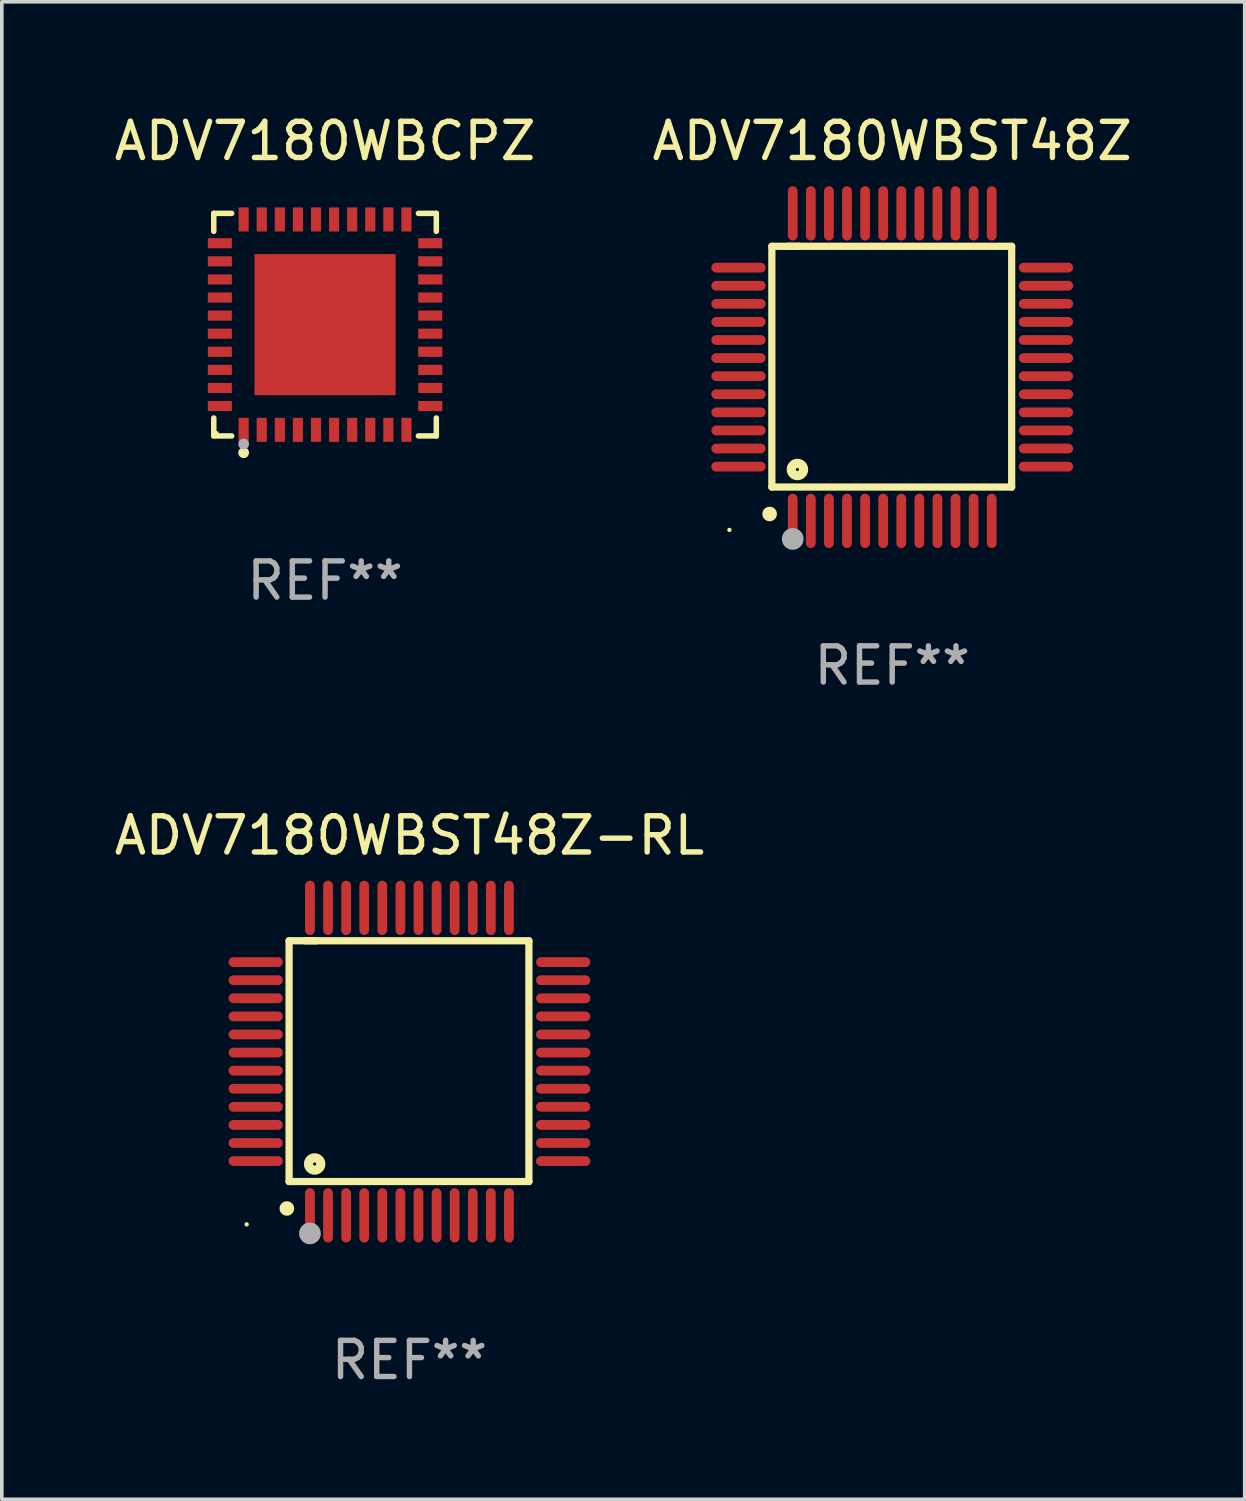
<source format=kicad_pcb>
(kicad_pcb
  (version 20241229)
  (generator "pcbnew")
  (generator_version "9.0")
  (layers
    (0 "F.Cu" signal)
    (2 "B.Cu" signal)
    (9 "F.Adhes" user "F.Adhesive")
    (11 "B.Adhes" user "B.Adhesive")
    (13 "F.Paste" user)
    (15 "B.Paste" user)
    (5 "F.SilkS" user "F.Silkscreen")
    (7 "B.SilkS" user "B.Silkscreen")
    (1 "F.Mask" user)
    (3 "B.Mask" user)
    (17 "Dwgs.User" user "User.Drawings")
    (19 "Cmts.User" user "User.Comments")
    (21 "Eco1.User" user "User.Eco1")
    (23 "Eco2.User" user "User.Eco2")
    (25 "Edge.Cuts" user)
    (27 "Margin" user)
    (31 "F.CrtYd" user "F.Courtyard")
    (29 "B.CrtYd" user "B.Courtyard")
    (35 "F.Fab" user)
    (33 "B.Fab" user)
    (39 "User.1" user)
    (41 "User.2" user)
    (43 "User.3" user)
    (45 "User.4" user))
  (footprint "ADV7180WBST48Z"
    (layer "F.Cu")
    (at 21.613 7.098)
    (property "Reference" "ADV7180WBST48Z" (at 0 -6.25 0) (layer "F.SilkS") (effects (font (size 1 1) (thickness 0.15))))
    (attr through_hole)
    (fp_line (start -3.327 -3.34) (end -2.565 -3.34) (stroke (width 0.2) (type solid)) (layer "F.SilkS"))
    (fp_line (start -3.327 3.315) (end -3.327 -3.34) (stroke (width 0.2) (type solid)) (layer "F.SilkS"))
    (fp_line (start -2.896 -3.34) (end 3.302 -3.34) (stroke (width 0.2) (type solid)) (layer "F.SilkS"))
    (fp_line (start 3.302 -3.34) (end 3.302 3.315) (stroke (width 0.2) (type solid)) (layer "F.SilkS"))
    (fp_line (start 3.302 3.315) (end -3.327 3.315) (stroke (width 0.2) (type solid)) (layer "F.SilkS"))
    (fp_arc (start -3.389992 4.059995) (mid -3.388722 4.059991) (end -3.387452 4.059995) (stroke (width 0.4) (type solid)) (layer "F.SilkS"))
    (fp_circle (center -4.5 4.5) (end -4.47 4.5) (stroke (width 0.06) (type solid)) (fill no) (layer "F.SilkS"))
    (fp_circle (center -2.62 2.83) (end -2.45 2.83) (stroke (width 0.254) (type solid)) (fill no) (layer "F.SilkS"))
    (fp_circle (center -2.75 4.75) (end -2.6 4.75) (stroke (width 0.3) (type solid)) (fill no) (layer "F.Fab"))
    (fp_text user "REF**" (at 0 8.25 0) (layer "F.Fab") (effects (font (size 1 1) (thickness 0.15))))
    (pad "1" smd oval (at -2.75 4.25) (size 0.27 1.5) (layers "F.Cu" "F.Mask" "F.Paste"))
    (pad "2" smd oval (at -2.25 4.25) (size 0.27 1.5) (layers "F.Cu" "F.Mask" "F.Paste"))
    (pad "3" smd oval (at -1.75 4.25) (size 0.27 1.5) (layers "F.Cu" "F.Mask" "F.Paste"))
    (pad "4" smd oval (at -1.25 4.25) (size 0.27 1.5) (layers "F.Cu" "F.Mask" "F.Paste"))
    (pad "5" smd oval (at -0.75 4.25) (size 0.27 1.5) (layers "F.Cu" "F.Mask" "F.Paste"))
    (pad "6" smd oval (at -0.25 4.25) (size 0.27 1.5) (layers "F.Cu" "F.Mask" "F.Paste"))
    (pad "7" smd oval (at 0.25 4.25) (size 0.27 1.5) (layers "F.Cu" "F.Mask" "F.Paste"))
    (pad "8" smd oval (at 0.75 4.25) (size 0.27 1.5) (layers "F.Cu" "F.Mask" "F.Paste"))
    (pad "9" smd oval (at 1.25 4.25) (size 0.27 1.5) (layers "F.Cu" "F.Mask" "F.Paste"))
    (pad "10" smd oval (at 1.75 4.25) (size 0.27 1.5) (layers "F.Cu" "F.Mask" "F.Paste"))
    (pad "11" smd oval (at 2.25 4.25) (size 0.27 1.5) (layers "F.Cu" "F.Mask" "F.Paste"))
    (pad "12" smd oval (at 2.75 4.25) (size 0.27 1.5) (layers "F.Cu" "F.Mask" "F.Paste"))
    (pad "13" smd oval (at 4.25 2.75) (size 1.5 0.27) (layers "F.Cu" "F.Mask" "F.Paste"))
    (pad "14" smd oval (at 4.25 2.25) (size 1.5 0.27) (layers "F.Cu" "F.Mask" "F.Paste"))
    (pad "15" smd oval (at 4.25 1.75) (size 1.5 0.27) (layers "F.Cu" "F.Mask" "F.Paste"))
    (pad "16" smd oval (at 4.25 1.25) (size 1.5 0.27) (layers "F.Cu" "F.Mask" "F.Paste"))
    (pad "17" smd oval (at 4.25 0.75) (size 1.5 0.27) (layers "F.Cu" "F.Mask" "F.Paste"))
    (pad "18" smd oval (at 4.25 0.25) (size 1.5 0.27) (layers "F.Cu" "F.Mask" "F.Paste"))
    (pad "19" smd oval (at 4.25 -0.25) (size 1.5 0.27) (layers "F.Cu" "F.Mask" "F.Paste"))
    (pad "20" smd oval (at 4.25 -0.75) (size 1.5 0.27) (layers "F.Cu" "F.Mask" "F.Paste"))
    (pad "21" smd oval (at 4.25 -1.25) (size 1.5 0.27) (layers "F.Cu" "F.Mask" "F.Paste"))
    (pad "22" smd oval (at 4.25 -1.75) (size 1.5 0.27) (layers "F.Cu" "F.Mask" "F.Paste"))
    (pad "23" smd oval (at 4.25 -2.25) (size 1.5 0.27) (layers "F.Cu" "F.Mask" "F.Paste"))
    (pad "24" smd oval (at 4.25 -2.75) (size 1.5 0.27) (layers "F.Cu" "F.Mask" "F.Paste"))
    (pad "25" smd oval (at 2.75 -4.25) (size 0.27 1.5) (layers "F.Cu" "F.Mask" "F.Paste"))
    (pad "26" smd oval (at 2.25 -4.25) (size 0.27 1.5) (layers "F.Cu" "F.Mask" "F.Paste"))
    (pad "27" smd oval (at 1.75 -4.25) (size 0.27 1.5) (layers "F.Cu" "F.Mask" "F.Paste"))
    (pad "28" smd oval (at 1.25 -4.25) (size 0.27 1.5) (layers "F.Cu" "F.Mask" "F.Paste"))
    (pad "29" smd oval (at 0.75 -4.25) (size 0.27 1.5) (layers "F.Cu" "F.Mask" "F.Paste"))
    (pad "30" smd oval (at 0.25 -4.25) (size 0.27 1.5) (layers "F.Cu" "F.Mask" "F.Paste"))
    (pad "31" smd oval (at -0.25 -4.25) (size 0.27 1.5) (layers "F.Cu" "F.Mask" "F.Paste"))
    (pad "32" smd oval (at -0.75 -4.25) (size 0.27 1.5) (layers "F.Cu" "F.Mask" "F.Paste"))
    (pad "33" smd oval (at -1.25 -4.25) (size 0.27 1.5) (layers "F.Cu" "F.Mask" "F.Paste"))
    (pad "34" smd oval (at -1.75 -4.25) (size 0.27 1.5) (layers "F.Cu" "F.Mask" "F.Paste"))
    (pad "35" smd oval (at -2.25 -4.25) (size 0.27 1.5) (layers "F.Cu" "F.Mask" "F.Paste"))
    (pad "36" smd oval (at -2.75 -4.25) (size 0.27 1.5) (layers "F.Cu" "F.Mask" "F.Paste"))
    (pad "37" smd oval (at -4.25 -2.75) (size 1.5 0.27) (layers "F.Cu" "F.Mask" "F.Paste"))
    (pad "38" smd oval (at -4.25 -2.25) (size 1.5 0.27) (layers "F.Cu" "F.Mask" "F.Paste"))
    (pad "39" smd oval (at -4.25 -1.75) (size 1.5 0.27) (layers "F.Cu" "F.Mask" "F.Paste"))
    (pad "40" smd oval (at -4.25 -1.25) (size 1.5 0.27) (layers "F.Cu" "F.Mask" "F.Paste"))
    (pad "41" smd oval (at -4.25 -0.75) (size 1.5 0.27) (layers "F.Cu" "F.Mask" "F.Paste"))
    (pad "42" smd oval (at -4.25 -0.25) (size 1.5 0.27) (layers "F.Cu" "F.Mask" "F.Paste"))
    (pad "43" smd oval (at -4.25 0.25) (size 1.5 0.27) (layers "F.Cu" "F.Mask" "F.Paste"))
    (pad "44" smd oval (at -4.25 0.75) (size 1.5 0.27) (layers "F.Cu" "F.Mask" "F.Paste"))
    (pad "45" smd oval (at -4.25 1.25) (size 1.5 0.27) (layers "F.Cu" "F.Mask" "F.Paste"))
    (pad "46" smd oval (at -4.25 1.75) (size 1.5 0.27) (layers "F.Cu" "F.Mask" "F.Paste"))
    (pad "47" smd oval (at -4.25 2.25) (size 1.5 0.27) (layers "F.Cu" "F.Mask" "F.Paste"))
    (pad "48" smd oval (at -4.25 2.75) (size 1.5 0.27) (layers "F.Cu" "F.Mask" "F.Paste")))
  (footprint "ADV7180WBCPZ"
    (layer "F.Cu")
    (at 5.935 5.924)
    (property "Reference" "ADV7180WBCPZ" (at 0 -5.076 0) (layer "F.SilkS") (effects (font (size 1 1) (thickness 0.15))))
    (attr through_hole)
    (fp_line (start -3.076 -3.076) (end -2.58 -3.076) (stroke (width 0.152) (type solid)) (layer "F.SilkS"))
    (fp_line (start -3.076 -2.58) (end -3.076 -3.076) (stroke (width 0.152) (type solid)) (layer "F.SilkS"))
    (fp_line (start -3.076 2.58) (end -3.076 3.076) (stroke (width 0.152) (type solid)) (layer "F.SilkS"))
    (fp_line (start -3.076 3.076) (end -2.58 3.076) (stroke (width 0.152) (type solid)) (layer "F.SilkS"))
    (fp_line (start 3.076 -3.076) (end 2.58 -3.076) (stroke (width 0.152) (type solid)) (layer "F.SilkS"))
    (fp_line (start 3.076 -2.58) (end 3.076 -3.076) (stroke (width 0.152) (type solid)) (layer "F.SilkS"))
    (fp_line (start 3.076 2.58) (end 3.076 3.076) (stroke (width 0.152) (type solid)) (layer "F.SilkS"))
    (fp_line (start 3.076 3.076) (end 2.58 3.076) (stroke (width 0.152) (type solid)) (layer "F.SilkS"))
    (fp_circle (center -3 3) (end -2.97 3) (stroke (width 0.06) (type solid)) (fill no) (layer "F.SilkS"))
    (fp_circle (center -2.25 3.54) (end -2.175 3.54) (stroke (width 0.15) (type solid)) (fill no) (layer "F.SilkS"))
    (fp_circle (center -2.25 3.3) (end -2.175 3.3) (stroke (width 0.15) (type solid)) (fill no) (layer "F.Fab"))
    (fp_text user "REF**" (at 0 7.076 0) (layer "F.Fab") (effects (font (size 1 1) (thickness 0.15))))
    (pad "1" smd rect (at -2.25 2.908) (size 0.28 0.665) (layers "F.Cu" "F.Mask" "F.Paste"))
    (pad "2" smd rect (at -1.75 2.908) (size 0.28 0.665) (layers "F.Cu" "F.Mask" "F.Paste"))
    (pad "3" smd rect (at -1.25 2.908) (size 0.28 0.665) (layers "F.Cu" "F.Mask" "F.Paste"))
    (pad "4" smd rect (at -0.75 2.908) (size 0.28 0.665) (layers "F.Cu" "F.Mask" "F.Paste"))
    (pad "5" smd rect (at -0.25 2.908) (size 0.28 0.665) (layers "F.Cu" "F.Mask" "F.Paste"))
    (pad "6" smd rect (at 0.25 2.908) (size 0.28 0.665) (layers "F.Cu" "F.Mask" "F.Paste"))
    (pad "7" smd rect (at 0.75 2.908) (size 0.28 0.665) (layers "F.Cu" "F.Mask" "F.Paste"))
    (pad "8" smd rect (at 1.25 2.908) (size 0.28 0.665) (layers "F.Cu" "F.Mask" "F.Paste"))
    (pad "9" smd rect (at 1.75 2.908) (size 0.28 0.665) (layers "F.Cu" "F.Mask" "F.Paste"))
    (pad "10" smd rect (at 2.25 2.908) (size 0.28 0.665) (layers "F.Cu" "F.Mask" "F.Paste"))
    (pad "11" smd rect (at 2.908 2.25) (size 0.665 0.28) (layers "F.Cu" "F.Mask" "F.Paste"))
    (pad "12" smd rect (at 2.908 1.75) (size 0.665 0.28) (layers "F.Cu" "F.Mask" "F.Paste"))
    (pad "13" smd rect (at 2.908 1.25) (size 0.665 0.28) (layers "F.Cu" "F.Mask" "F.Paste"))
    (pad "14" smd rect (at 2.908 0.75) (size 0.665 0.28) (layers "F.Cu" "F.Mask" "F.Paste"))
    (pad "15" smd rect (at 2.908 0.25) (size 0.665 0.28) (layers "F.Cu" "F.Mask" "F.Paste"))
    (pad "16" smd rect (at 2.908 -0.25) (size 0.665 0.28) (layers "F.Cu" "F.Mask" "F.Paste"))
    (pad "17" smd rect (at 2.908 -0.75) (size 0.665 0.28) (layers "F.Cu" "F.Mask" "F.Paste"))
    (pad "18" smd rect (at 2.908 -1.25) (size 0.665 0.28) (layers "F.Cu" "F.Mask" "F.Paste"))
    (pad "19" smd rect (at 2.908 -1.75) (size 0.665 0.28) (layers "F.Cu" "F.Mask" "F.Paste"))
    (pad "20" smd rect (at 2.908 -2.25) (size 0.665 0.28) (layers "F.Cu" "F.Mask" "F.Paste"))
    (pad "21" smd rect (at 2.25 -2.908) (size 0.28 0.665) (layers "F.Cu" "F.Mask" "F.Paste"))
    (pad "22" smd rect (at 1.75 -2.908) (size 0.28 0.665) (layers "F.Cu" "F.Mask" "F.Paste"))
    (pad "23" smd rect (at 1.25 -2.908) (size 0.28 0.665) (layers "F.Cu" "F.Mask" "F.Paste"))
    (pad "24" smd rect (at 0.75 -2.908) (size 0.28 0.665) (layers "F.Cu" "F.Mask" "F.Paste"))
    (pad "25" smd rect (at 0.25 -2.908) (size 0.28 0.665) (layers "F.Cu" "F.Mask" "F.Paste"))
    (pad "26" smd rect (at -0.25 -2.908) (size 0.28 0.665) (layers "F.Cu" "F.Mask" "F.Paste"))
    (pad "27" smd rect (at -0.75 -2.908) (size 0.28 0.665) (layers "F.Cu" "F.Mask" "F.Paste"))
    (pad "28" smd rect (at -1.25 -2.908) (size 0.28 0.665) (layers "F.Cu" "F.Mask" "F.Paste"))
    (pad "29" smd rect (at -1.75 -2.908) (size 0.28 0.665) (layers "F.Cu" "F.Mask" "F.Paste"))
    (pad "30" smd rect (at -2.25 -2.908) (size 0.28 0.665) (layers "F.Cu" "F.Mask" "F.Paste"))
    (pad "31" smd rect (at -2.908 -2.25) (size 0.665 0.28) (layers "F.Cu" "F.Mask" "F.Paste"))
    (pad "32" smd rect (at -2.908 -1.75) (size 0.665 0.28) (layers "F.Cu" "F.Mask" "F.Paste"))
    (pad "33" smd rect (at -2.908 -1.25) (size 0.665 0.28) (layers "F.Cu" "F.Mask" "F.Paste"))
    (pad "34" smd rect (at -2.908 -0.75) (size 0.665 0.28) (layers "F.Cu" "F.Mask" "F.Paste"))
    (pad "35" smd rect (at -2.908 -0.25) (size 0.665 0.28) (layers "F.Cu" "F.Mask" "F.Paste"))
    (pad "36" smd rect (at -2.908 0.25) (size 0.665 0.28) (layers "F.Cu" "F.Mask" "F.Paste"))
    (pad "37" smd rect (at -2.908 0.75) (size 0.665 0.28) (layers "F.Cu" "F.Mask" "F.Paste"))
    (pad "38" smd rect (at -2.908 1.25) (size 0.665 0.28) (layers "F.Cu" "F.Mask" "F.Paste"))
    (pad "39" smd rect (at -2.908 1.75) (size 0.665 0.28) (layers "F.Cu" "F.Mask" "F.Paste"))
    (pad "40" smd rect (at -2.908 2.25) (size 0.665 0.28) (layers "F.Cu" "F.Mask" "F.Paste"))
    (pad "41" smd rect (at 0 0) (size 3.9 3.9) (layers "F.Cu" "F.Mask" "F.Paste")))
  (footprint "ADV7180WBST48Z-RL"
    (layer "F.Cu")
    (at 8.268 26.295)
    (property "Reference" "ADV7180WBST48Z-RL" (at 0 -6.25 0) (layer "F.SilkS") (effects (font (size 1 1) (thickness 0.15))))
    (attr through_hole)
    (fp_line (start -3.327 -3.34) (end -2.565 -3.34) (stroke (width 0.2) (type solid)) (layer "F.SilkS"))
    (fp_line (start -3.327 3.315) (end -3.327 -3.34) (stroke (width 0.2) (type solid)) (layer "F.SilkS"))
    (fp_line (start -2.896 -3.34) (end 3.302 -3.34) (stroke (width 0.2) (type solid)) (layer "F.SilkS"))
    (fp_line (start 3.302 -3.34) (end 3.302 3.315) (stroke (width 0.2) (type solid)) (layer "F.SilkS"))
    (fp_line (start 3.302 3.315) (end -3.327 3.315) (stroke (width 0.2) (type solid)) (layer "F.SilkS"))
    (fp_arc (start -3.389992 4.059995) (mid -3.388722 4.059991) (end -3.387452 4.059995) (stroke (width 0.4) (type solid)) (layer "F.SilkS"))
    (fp_circle (center -4.5 4.5) (end -4.47 4.5) (stroke (width 0.06) (type solid)) (fill no) (layer "F.SilkS"))
    (fp_circle (center -2.62 2.83) (end -2.45 2.83) (stroke (width 0.254) (type solid)) (fill no) (layer "F.SilkS"))
    (fp_circle (center -2.75 4.75) (end -2.6 4.75) (stroke (width 0.3) (type solid)) (fill no) (layer "F.Fab"))
    (fp_text user "REF**" (at 0 8.25 0) (layer "F.Fab") (effects (font (size 1 1) (thickness 0.15))))
    (pad "1" smd oval (at -2.75 4.25) (size 0.27 1.5) (layers "F.Cu" "F.Mask" "F.Paste"))
    (pad "2" smd oval (at -2.25 4.25) (size 0.27 1.5) (layers "F.Cu" "F.Mask" "F.Paste"))
    (pad "3" smd oval (at -1.75 4.25) (size 0.27 1.5) (layers "F.Cu" "F.Mask" "F.Paste"))
    (pad "4" smd oval (at -1.25 4.25) (size 0.27 1.5) (layers "F.Cu" "F.Mask" "F.Paste"))
    (pad "5" smd oval (at -0.75 4.25) (size 0.27 1.5) (layers "F.Cu" "F.Mask" "F.Paste"))
    (pad "6" smd oval (at -0.25 4.25) (size 0.27 1.5) (layers "F.Cu" "F.Mask" "F.Paste"))
    (pad "7" smd oval (at 0.25 4.25) (size 0.27 1.5) (layers "F.Cu" "F.Mask" "F.Paste"))
    (pad "8" smd oval (at 0.75 4.25) (size 0.27 1.5) (layers "F.Cu" "F.Mask" "F.Paste"))
    (pad "9" smd oval (at 1.25 4.25) (size 0.27 1.5) (layers "F.Cu" "F.Mask" "F.Paste"))
    (pad "10" smd oval (at 1.75 4.25) (size 0.27 1.5) (layers "F.Cu" "F.Mask" "F.Paste"))
    (pad "11" smd oval (at 2.25 4.25) (size 0.27 1.5) (layers "F.Cu" "F.Mask" "F.Paste"))
    (pad "12" smd oval (at 2.75 4.25) (size 0.27 1.5) (layers "F.Cu" "F.Mask" "F.Paste"))
    (pad "13" smd oval (at 4.25 2.75) (size 1.5 0.27) (layers "F.Cu" "F.Mask" "F.Paste"))
    (pad "14" smd oval (at 4.25 2.25) (size 1.5 0.27) (layers "F.Cu" "F.Mask" "F.Paste"))
    (pad "15" smd oval (at 4.25 1.75) (size 1.5 0.27) (layers "F.Cu" "F.Mask" "F.Paste"))
    (pad "16" smd oval (at 4.25 1.25) (size 1.5 0.27) (layers "F.Cu" "F.Mask" "F.Paste"))
    (pad "17" smd oval (at 4.25 0.75) (size 1.5 0.27) (layers "F.Cu" "F.Mask" "F.Paste"))
    (pad "18" smd oval (at 4.25 0.25) (size 1.5 0.27) (layers "F.Cu" "F.Mask" "F.Paste"))
    (pad "19" smd oval (at 4.25 -0.25) (size 1.5 0.27) (layers "F.Cu" "F.Mask" "F.Paste"))
    (pad "20" smd oval (at 4.25 -0.75) (size 1.5 0.27) (layers "F.Cu" "F.Mask" "F.Paste"))
    (pad "21" smd oval (at 4.25 -1.25) (size 1.5 0.27) (layers "F.Cu" "F.Mask" "F.Paste"))
    (pad "22" smd oval (at 4.25 -1.75) (size 1.5 0.27) (layers "F.Cu" "F.Mask" "F.Paste"))
    (pad "23" smd oval (at 4.25 -2.25) (size 1.5 0.27) (layers "F.Cu" "F.Mask" "F.Paste"))
    (pad "24" smd oval (at 4.25 -2.75) (size 1.5 0.27) (layers "F.Cu" "F.Mask" "F.Paste"))
    (pad "25" smd oval (at 2.75 -4.25) (size 0.27 1.5) (layers "F.Cu" "F.Mask" "F.Paste"))
    (pad "26" smd oval (at 2.25 -4.25) (size 0.27 1.5) (layers "F.Cu" "F.Mask" "F.Paste"))
    (pad "27" smd oval (at 1.75 -4.25) (size 0.27 1.5) (layers "F.Cu" "F.Mask" "F.Paste"))
    (pad "28" smd oval (at 1.25 -4.25) (size 0.27 1.5) (layers "F.Cu" "F.Mask" "F.Paste"))
    (pad "29" smd oval (at 0.75 -4.25) (size 0.27 1.5) (layers "F.Cu" "F.Mask" "F.Paste"))
    (pad "30" smd oval (at 0.25 -4.25) (size 0.27 1.5) (layers "F.Cu" "F.Mask" "F.Paste"))
    (pad "31" smd oval (at -0.25 -4.25) (size 0.27 1.5) (layers "F.Cu" "F.Mask" "F.Paste"))
    (pad "32" smd oval (at -0.75 -4.25) (size 0.27 1.5) (layers "F.Cu" "F.Mask" "F.Paste"))
    (pad "33" smd oval (at -1.25 -4.25) (size 0.27 1.5) (layers "F.Cu" "F.Mask" "F.Paste"))
    (pad "34" smd oval (at -1.75 -4.25) (size 0.27 1.5) (layers "F.Cu" "F.Mask" "F.Paste"))
    (pad "35" smd oval (at -2.25 -4.25) (size 0.27 1.5) (layers "F.Cu" "F.Mask" "F.Paste"))
    (pad "36" smd oval (at -2.75 -4.25) (size 0.27 1.5) (layers "F.Cu" "F.Mask" "F.Paste"))
    (pad "37" smd oval (at -4.25 -2.75) (size 1.5 0.27) (layers "F.Cu" "F.Mask" "F.Paste"))
    (pad "38" smd oval (at -4.25 -2.25) (size 1.5 0.27) (layers "F.Cu" "F.Mask" "F.Paste"))
    (pad "39" smd oval (at -4.25 -1.75) (size 1.5 0.27) (layers "F.Cu" "F.Mask" "F.Paste"))
    (pad "40" smd oval (at -4.25 -1.25) (size 1.5 0.27) (layers "F.Cu" "F.Mask" "F.Paste"))
    (pad "41" smd oval (at -4.25 -0.75) (size 1.5 0.27) (layers "F.Cu" "F.Mask" "F.Paste"))
    (pad "42" smd oval (at -4.25 -0.25) (size 1.5 0.27) (layers "F.Cu" "F.Mask" "F.Paste"))
    (pad "43" smd oval (at -4.25 0.25) (size 1.5 0.27) (layers "F.Cu" "F.Mask" "F.Paste"))
    (pad "44" smd oval (at -4.25 0.75) (size 1.5 0.27) (layers "F.Cu" "F.Mask" "F.Paste"))
    (pad "45" smd oval (at -4.25 1.25) (size 1.5 0.27) (layers "F.Cu" "F.Mask" "F.Paste"))
    (pad "46" smd oval (at -4.25 1.75) (size 1.5 0.27) (layers "F.Cu" "F.Mask" "F.Paste"))
    (pad "47" smd oval (at -4.25 2.25) (size 1.5 0.27) (layers "F.Cu" "F.Mask" "F.Paste"))
    (pad "48" smd oval (at -4.25 2.75) (size 1.5 0.27) (layers "F.Cu" "F.Mask" "F.Paste")))
  (gr_rect
    (start -3 -3)
    (end 31.357 38.393)
    (stroke (width 0.1) (type default))
    (fill no)
    (layer "Edge.Cuts")))
</source>
